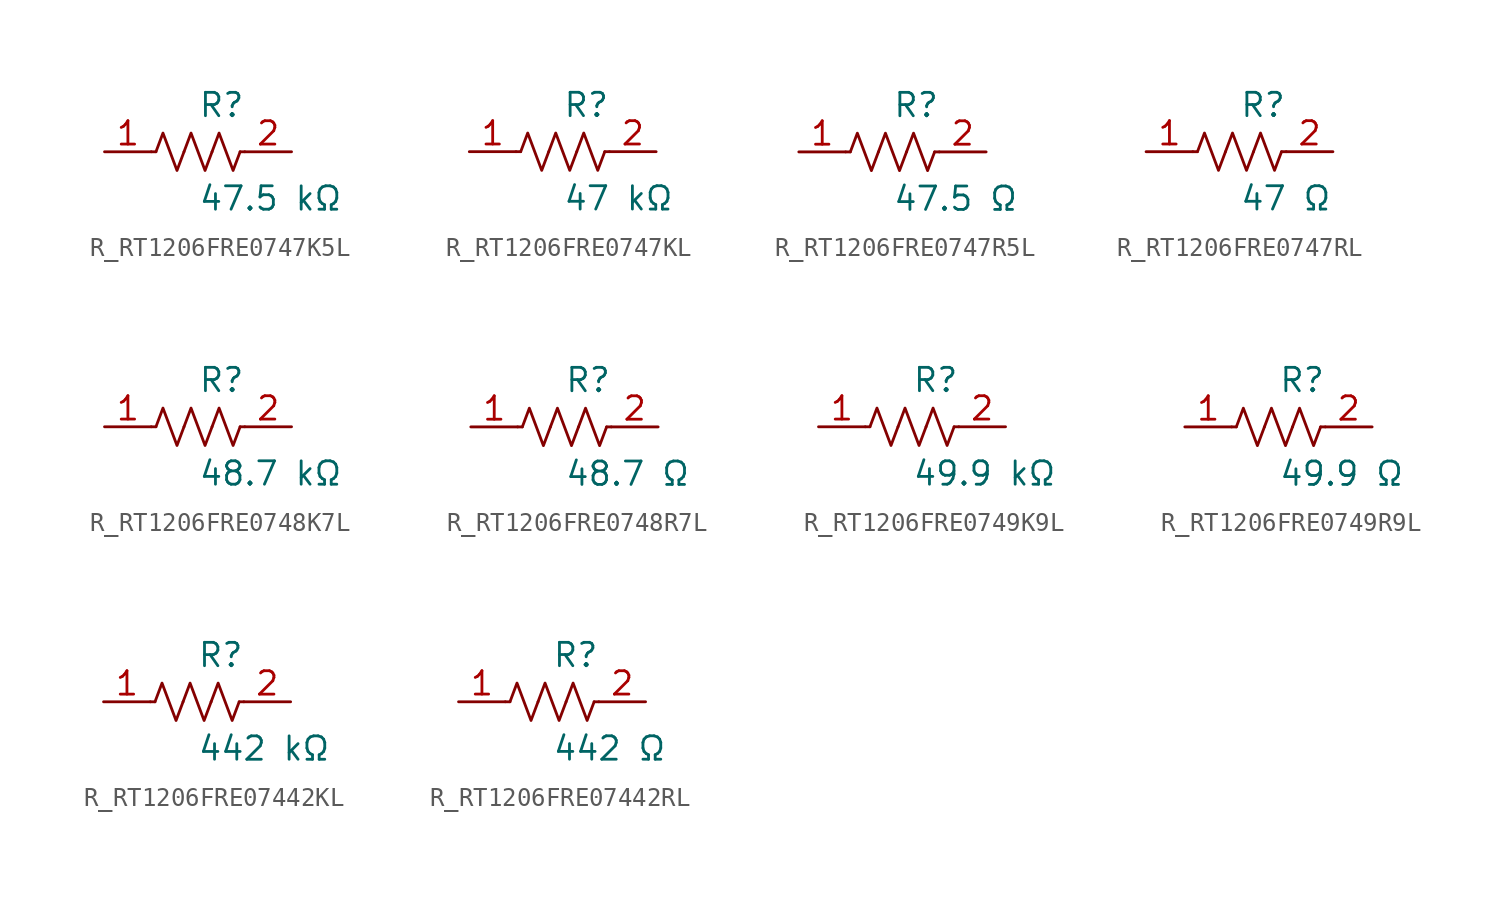
<source format=kicad_sym>
(kicad_symbol_lib
  (version 20231120)
  (generator kicad_symbol_editor)
  (generator_version 8.0)
  (symbol "R_RT1206FRE0747K5L"
    (pin_names
      (offset 0.254))
    (property "Reference" "R"
      (at 0 2.54 0)
      (effects (font (size 1.27 1.27)) (justify left)))
    (property "Value" "47.5 kΩ"
      (at 0 -2.54 0)
      (effects (font (size 1.27 1.27)) (justify left)))
    (symbol "R_RT1206FRE0747K5L_0_1"
      (polyline (pts (xy 2.286 0) (xy 2.54 0)) (stroke (width 0) (type default)) (fill (type none)))
      (polyline (pts (xy -2.286 0) (xy -2.54 0)) (stroke (width 0) (type default)) (fill (type none)))
      (polyline (pts (xy 0.762 0) (xy 1.143 1.016) (xy 1.524 0) (xy 1.905 -1.016) (xy 2.286 0)) (stroke (width 0) (type default)) (fill (type none)))
      (polyline (pts (xy -0.762 0) (xy -0.381 1.016) (xy 0 0) (xy 0.381 -1.016) (xy 0.762 0)) (stroke (width 0) (type default)) (fill (type none)))
      (polyline (pts (xy -2.286 0) (xy -1.905 1.016) (xy -1.524 0) (xy -1.143 -1.016) (xy -0.762 0)) (stroke (width 0) (type default)) (fill (type none))))
    (pin unspecified line
      (at -5.08 0 0)
      (length 2.54)
      (name "" (effects (font (size 1.27 1.27))))
      (number "1" (effects (font (size 1.27 1.27)))))
    (pin unspecified line
      (at 5.08 0 180)
      (length 2.54)
      (name "" (effects (font (size 1.27 1.27))))
      (number "2" (effects (font (size 1.27 1.27))))))
  (symbol "R_RT1206FRE0747KL"
    (pin_names
      (offset 0.254))
    (property "Reference" "R"
      (at 0 2.54 0)
      (effects (font (size 1.27 1.27)) (justify left)))
    (property "Value" "47 kΩ"
      (at 0 -2.54 0)
      (effects (font (size 1.27 1.27)) (justify left)))
    (symbol "R_RT1206FRE0747KL_0_1"
      (polyline (pts (xy 2.286 0) (xy 2.54 0)) (stroke (width 0) (type default)) (fill (type none)))
      (polyline (pts (xy -2.286 0) (xy -2.54 0)) (stroke (width 0) (type default)) (fill (type none)))
      (polyline (pts (xy 0.762 0) (xy 1.143 1.016) (xy 1.524 0) (xy 1.905 -1.016) (xy 2.286 0)) (stroke (width 0) (type default)) (fill (type none)))
      (polyline (pts (xy -0.762 0) (xy -0.381 1.016) (xy 0 0) (xy 0.381 -1.016) (xy 0.762 0)) (stroke (width 0) (type default)) (fill (type none)))
      (polyline (pts (xy -2.286 0) (xy -1.905 1.016) (xy -1.524 0) (xy -1.143 -1.016) (xy -0.762 0)) (stroke (width 0) (type default)) (fill (type none))))
    (pin unspecified line
      (at -5.08 0 0)
      (length 2.54)
      (name "" (effects (font (size 1.27 1.27))))
      (number "1" (effects (font (size 1.27 1.27)))))
    (pin unspecified line
      (at 5.08 0 180)
      (length 2.54)
      (name "" (effects (font (size 1.27 1.27))))
      (number "2" (effects (font (size 1.27 1.27))))))
  (symbol "R_RT1206FRE0747R5L"
    (pin_names
      (offset 0.254))
    (property "Reference" "R"
      (at 0 2.54 0)
      (effects (font (size 1.27 1.27)) (justify left)))
    (property "Value" "47.5 Ω"
      (at 0 -2.54 0)
      (effects (font (size 1.27 1.27)) (justify left)))
    (symbol "R_RT1206FRE0747R5L_0_1"
      (polyline (pts (xy 2.286 0) (xy 2.54 0)) (stroke (width 0) (type default)) (fill (type none)))
      (polyline (pts (xy -2.286 0) (xy -2.54 0)) (stroke (width 0) (type default)) (fill (type none)))
      (polyline (pts (xy 0.762 0) (xy 1.143 1.016) (xy 1.524 0) (xy 1.905 -1.016) (xy 2.286 0)) (stroke (width 0) (type default)) (fill (type none)))
      (polyline (pts (xy -0.762 0) (xy -0.381 1.016) (xy 0 0) (xy 0.381 -1.016) (xy 0.762 0)) (stroke (width 0) (type default)) (fill (type none)))
      (polyline (pts (xy -2.286 0) (xy -1.905 1.016) (xy -1.524 0) (xy -1.143 -1.016) (xy -0.762 0)) (stroke (width 0) (type default)) (fill (type none))))
    (pin unspecified line
      (at -5.08 0 0)
      (length 2.54)
      (name "" (effects (font (size 1.27 1.27))))
      (number "1" (effects (font (size 1.27 1.27)))))
    (pin unspecified line
      (at 5.08 0 180)
      (length 2.54)
      (name "" (effects (font (size 1.27 1.27))))
      (number "2" (effects (font (size 1.27 1.27))))))
  (symbol "R_RT1206FRE0747RL"
    (pin_names
      (offset 0.254))
    (property "Reference" "R"
      (at 0 2.54 0)
      (effects (font (size 1.27 1.27)) (justify left)))
    (property "Value" "47 Ω"
      (at 0 -2.54 0)
      (effects (font (size 1.27 1.27)) (justify left)))
    (symbol "R_RT1206FRE0747RL_0_1"
      (polyline (pts (xy 2.286 0) (xy 2.54 0)) (stroke (width 0) (type default)) (fill (type none)))
      (polyline (pts (xy -2.286 0) (xy -2.54 0)) (stroke (width 0) (type default)) (fill (type none)))
      (polyline (pts (xy 0.762 0) (xy 1.143 1.016) (xy 1.524 0) (xy 1.905 -1.016) (xy 2.286 0)) (stroke (width 0) (type default)) (fill (type none)))
      (polyline (pts (xy -0.762 0) (xy -0.381 1.016) (xy 0 0) (xy 0.381 -1.016) (xy 0.762 0)) (stroke (width 0) (type default)) (fill (type none)))
      (polyline (pts (xy -2.286 0) (xy -1.905 1.016) (xy -1.524 0) (xy -1.143 -1.016) (xy -0.762 0)) (stroke (width 0) (type default)) (fill (type none))))
    (pin unspecified line
      (at -5.08 0 0)
      (length 2.54)
      (name "" (effects (font (size 1.27 1.27))))
      (number "1" (effects (font (size 1.27 1.27)))))
    (pin unspecified line
      (at 5.08 0 180)
      (length 2.54)
      (name "" (effects (font (size 1.27 1.27))))
      (number "2" (effects (font (size 1.27 1.27))))))
  (symbol "R_RT1206FRE0748K7L"
    (pin_names
      (offset 0.254))
    (property "Reference" "R"
      (at 0 2.54 0)
      (effects (font (size 1.27 1.27)) (justify left)))
    (property "Value" "48.7 kΩ"
      (at 0 -2.54 0)
      (effects (font (size 1.27 1.27)) (justify left)))
    (symbol "R_RT1206FRE0748K7L_0_1"
      (polyline (pts (xy 2.286 0) (xy 2.54 0)) (stroke (width 0) (type default)) (fill (type none)))
      (polyline (pts (xy -2.286 0) (xy -2.54 0)) (stroke (width 0) (type default)) (fill (type none)))
      (polyline (pts (xy 0.762 0) (xy 1.143 1.016) (xy 1.524 0) (xy 1.905 -1.016) (xy 2.286 0)) (stroke (width 0) (type default)) (fill (type none)))
      (polyline (pts (xy -0.762 0) (xy -0.381 1.016) (xy 0 0) (xy 0.381 -1.016) (xy 0.762 0)) (stroke (width 0) (type default)) (fill (type none)))
      (polyline (pts (xy -2.286 0) (xy -1.905 1.016) (xy -1.524 0) (xy -1.143 -1.016) (xy -0.762 0)) (stroke (width 0) (type default)) (fill (type none))))
    (pin unspecified line
      (at -5.08 0 0)
      (length 2.54)
      (name "" (effects (font (size 1.27 1.27))))
      (number "1" (effects (font (size 1.27 1.27)))))
    (pin unspecified line
      (at 5.08 0 180)
      (length 2.54)
      (name "" (effects (font (size 1.27 1.27))))
      (number "2" (effects (font (size 1.27 1.27))))))
  (symbol "R_RT1206FRE0748R7L"
    (pin_names
      (offset 0.254))
    (property "Reference" "R"
      (at 0 2.54 0)
      (effects (font (size 1.27 1.27)) (justify left)))
    (property "Value" "48.7 Ω"
      (at 0 -2.54 0)
      (effects (font (size 1.27 1.27)) (justify left)))
    (symbol "R_RT1206FRE0748R7L_0_1"
      (polyline (pts (xy 2.286 0) (xy 2.54 0)) (stroke (width 0) (type default)) (fill (type none)))
      (polyline (pts (xy -2.286 0) (xy -2.54 0)) (stroke (width 0) (type default)) (fill (type none)))
      (polyline (pts (xy 0.762 0) (xy 1.143 1.016) (xy 1.524 0) (xy 1.905 -1.016) (xy 2.286 0)) (stroke (width 0) (type default)) (fill (type none)))
      (polyline (pts (xy -0.762 0) (xy -0.381 1.016) (xy 0 0) (xy 0.381 -1.016) (xy 0.762 0)) (stroke (width 0) (type default)) (fill (type none)))
      (polyline (pts (xy -2.286 0) (xy -1.905 1.016) (xy -1.524 0) (xy -1.143 -1.016) (xy -0.762 0)) (stroke (width 0) (type default)) (fill (type none))))
    (pin unspecified line
      (at -5.08 0 0)
      (length 2.54)
      (name "" (effects (font (size 1.27 1.27))))
      (number "1" (effects (font (size 1.27 1.27)))))
    (pin unspecified line
      (at 5.08 0 180)
      (length 2.54)
      (name "" (effects (font (size 1.27 1.27))))
      (number "2" (effects (font (size 1.27 1.27))))))
  (symbol "R_RT1206FRE0749K9L"
    (pin_names
      (offset 0.254))
    (property "Reference" "R"
      (at 0 2.54 0)
      (effects (font (size 1.27 1.27)) (justify left)))
    (property "Value" "49.9 kΩ"
      (at 0 -2.54 0)
      (effects (font (size 1.27 1.27)) (justify left)))
    (symbol "R_RT1206FRE0749K9L_0_1"
      (polyline (pts (xy 2.286 0) (xy 2.54 0)) (stroke (width 0) (type default)) (fill (type none)))
      (polyline (pts (xy -2.286 0) (xy -2.54 0)) (stroke (width 0) (type default)) (fill (type none)))
      (polyline (pts (xy 0.762 0) (xy 1.143 1.016) (xy 1.524 0) (xy 1.905 -1.016) (xy 2.286 0)) (stroke (width 0) (type default)) (fill (type none)))
      (polyline (pts (xy -0.762 0) (xy -0.381 1.016) (xy 0 0) (xy 0.381 -1.016) (xy 0.762 0)) (stroke (width 0) (type default)) (fill (type none)))
      (polyline (pts (xy -2.286 0) (xy -1.905 1.016) (xy -1.524 0) (xy -1.143 -1.016) (xy -0.762 0)) (stroke (width 0) (type default)) (fill (type none))))
    (pin unspecified line
      (at -5.08 0 0)
      (length 2.54)
      (name "" (effects (font (size 1.27 1.27))))
      (number "1" (effects (font (size 1.27 1.27)))))
    (pin unspecified line
      (at 5.08 0 180)
      (length 2.54)
      (name "" (effects (font (size 1.27 1.27))))
      (number "2" (effects (font (size 1.27 1.27))))))
  (symbol "R_RT1206FRE0749R9L"
    (pin_names
      (offset 0.254))
    (property "Reference" "R"
      (at 0 2.54 0)
      (effects (font (size 1.27 1.27)) (justify left)))
    (property "Value" "49.9 Ω"
      (at 0 -2.54 0)
      (effects (font (size 1.27 1.27)) (justify left)))
    (symbol "R_RT1206FRE0749R9L_0_1"
      (polyline (pts (xy 2.286 0) (xy 2.54 0)) (stroke (width 0) (type default)) (fill (type none)))
      (polyline (pts (xy -2.286 0) (xy -2.54 0)) (stroke (width 0) (type default)) (fill (type none)))
      (polyline (pts (xy 0.762 0) (xy 1.143 1.016) (xy 1.524 0) (xy 1.905 -1.016) (xy 2.286 0)) (stroke (width 0) (type default)) (fill (type none)))
      (polyline (pts (xy -0.762 0) (xy -0.381 1.016) (xy 0 0) (xy 0.381 -1.016) (xy 0.762 0)) (stroke (width 0) (type default)) (fill (type none)))
      (polyline (pts (xy -2.286 0) (xy -1.905 1.016) (xy -1.524 0) (xy -1.143 -1.016) (xy -0.762 0)) (stroke (width 0) (type default)) (fill (type none))))
    (pin unspecified line
      (at -5.08 0 0)
      (length 2.54)
      (name "" (effects (font (size 1.27 1.27))))
      (number "1" (effects (font (size 1.27 1.27)))))
    (pin unspecified line
      (at 5.08 0 180)
      (length 2.54)
      (name "" (effects (font (size 1.27 1.27))))
      (number "2" (effects (font (size 1.27 1.27))))))
  (symbol "R_RT1206FRE07442KL"
    (pin_names
      (offset 0.254))
    (property "Reference" "R"
      (at 0 2.54 0)
      (effects (font (size 1.27 1.27)) (justify left)))
    (property "Value" "442 kΩ"
      (at 0 -2.54 0)
      (effects (font (size 1.27 1.27)) (justify left)))
    (symbol "R_RT1206FRE07442KL_0_1"
      (polyline (pts (xy 2.286 0) (xy 2.54 0)) (stroke (width 0) (type default)) (fill (type none)))
      (polyline (pts (xy -2.286 0) (xy -2.54 0)) (stroke (width 0) (type default)) (fill (type none)))
      (polyline (pts (xy 0.762 0) (xy 1.143 1.016) (xy 1.524 0) (xy 1.905 -1.016) (xy 2.286 0)) (stroke (width 0) (type default)) (fill (type none)))
      (polyline (pts (xy -0.762 0) (xy -0.381 1.016) (xy 0 0) (xy 0.381 -1.016) (xy 0.762 0)) (stroke (width 0) (type default)) (fill (type none)))
      (polyline (pts (xy -2.286 0) (xy -1.905 1.016) (xy -1.524 0) (xy -1.143 -1.016) (xy -0.762 0)) (stroke (width 0) (type default)) (fill (type none))))
    (pin unspecified line
      (at -5.08 0 0)
      (length 2.54)
      (name "" (effects (font (size 1.27 1.27))))
      (number "1" (effects (font (size 1.27 1.27)))))
    (pin unspecified line
      (at 5.08 0 180)
      (length 2.54)
      (name "" (effects (font (size 1.27 1.27))))
      (number "2" (effects (font (size 1.27 1.27))))))
  (symbol "R_RT1206FRE07442RL"
    (pin_names
      (offset 0.254))
    (property "Reference" "R"
      (at 0 2.54 0)
      (effects (font (size 1.27 1.27)) (justify left)))
    (property "Value" "442 Ω"
      (at 0 -2.54 0)
      (effects (font (size 1.27 1.27)) (justify left)))
    (symbol "R_RT1206FRE07442RL_0_1"
      (polyline (pts (xy 2.286 0) (xy 2.54 0)) (stroke (width 0) (type default)) (fill (type none)))
      (polyline (pts (xy -2.286 0) (xy -2.54 0)) (stroke (width 0) (type default)) (fill (type none)))
      (polyline (pts (xy 0.762 0) (xy 1.143 1.016) (xy 1.524 0) (xy 1.905 -1.016) (xy 2.286 0)) (stroke (width 0) (type default)) (fill (type none)))
      (polyline (pts (xy -0.762 0) (xy -0.381 1.016) (xy 0 0) (xy 0.381 -1.016) (xy 0.762 0)) (stroke (width 0) (type default)) (fill (type none)))
      (polyline (pts (xy -2.286 0) (xy -1.905 1.016) (xy -1.524 0) (xy -1.143 -1.016) (xy -0.762 0)) (stroke (width 0) (type default)) (fill (type none))))
    (pin unspecified line
      (at -5.08 0 0)
      (length 2.54)
      (name "" (effects (font (size 1.27 1.27))))
      (number "1" (effects (font (size 1.27 1.27)))))
    (pin unspecified line
      (at 5.08 0 180)
      (length 2.54)
      (name "" (effects (font (size 1.27 1.27))))
      (number "2" (effects (font (size 1.27 1.27)))))))
</source>
